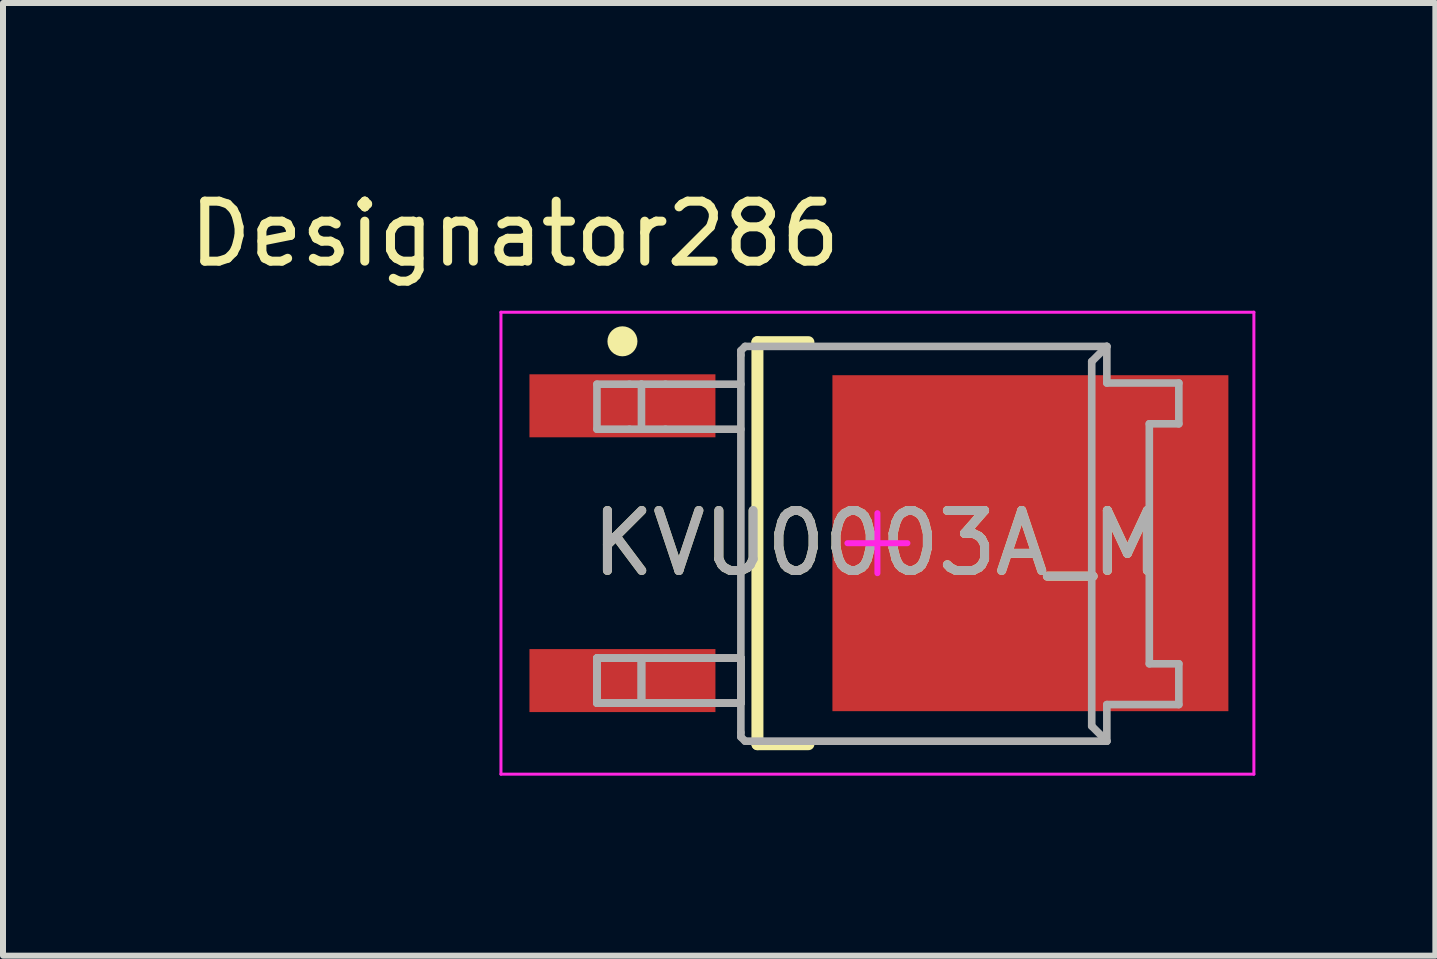
<source format=kicad_pcb>
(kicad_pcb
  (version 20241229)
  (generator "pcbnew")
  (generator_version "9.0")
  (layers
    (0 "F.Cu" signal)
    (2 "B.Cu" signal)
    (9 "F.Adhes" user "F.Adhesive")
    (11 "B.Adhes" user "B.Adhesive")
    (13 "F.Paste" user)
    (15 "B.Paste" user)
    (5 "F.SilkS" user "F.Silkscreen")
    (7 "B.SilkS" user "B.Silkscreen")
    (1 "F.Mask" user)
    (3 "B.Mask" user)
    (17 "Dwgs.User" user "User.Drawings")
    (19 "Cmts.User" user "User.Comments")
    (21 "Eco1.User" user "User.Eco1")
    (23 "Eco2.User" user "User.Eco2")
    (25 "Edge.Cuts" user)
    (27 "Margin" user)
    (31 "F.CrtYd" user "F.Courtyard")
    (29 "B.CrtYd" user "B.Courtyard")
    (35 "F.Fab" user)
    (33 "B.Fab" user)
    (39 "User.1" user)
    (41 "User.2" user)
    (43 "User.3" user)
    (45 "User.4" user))
  (footprint "KVU0003A_M"
    (layer "F.Cu")
    (at 11.575 6.004)
    (property "Reference" "KVU0003A_M" (at 0 0 0) (unlocked yes) (layer "F.SilkS") (effects (font (size 1 1) (thickness 0.15))))
    (attr smd)
    (fp_line (start -2 -3.35) (end -1.15 -3.35) (stroke (width 0.2) (type solid)) (layer "F.SilkS"))
    (fp_line (start -2 3.35) (end -2 -3.35) (stroke (width 0.2) (type solid)) (layer "F.SilkS"))
    (fp_line (start -2 3.35) (end -1.15 3.35) (stroke (width 0.2) (type solid)) (layer "F.SilkS"))
    (fp_circle (center -4.25 -3.365) (end -4.125 -3.365) (stroke (width 0.25) (type solid)) (fill no) (layer "F.SilkS"))
    (fp_poly (pts (xy -0.3 -1.479) (xy -0.3 -2.511) (xy -0.299 -2.521) (xy -0.296 -2.53) (xy -0.292 -2.538) (xy -0.286 -2.546) (xy -0.278 -2.552) (xy -0.27 -2.556) (xy -0.261 -2.559) (xy -0.251 -2.56) (xy 0.631 -2.56) (xy 0.641 -2.559) (xy 0.65 -2.556) (xy 0.658 -2.552) (xy 0.666 -2.546) (xy 0.672 -2.538) (xy 0.676 -2.53) (xy 0.679 -2.521) (xy 0.68 -2.511) (xy 0.68 -1.479) (xy 0.679 -1.469) (xy 0.676 -1.46) (xy 0.672 -1.452) (xy 0.666 -1.444) (xy 0.658 -1.438) (xy 0.65 -1.434) (xy 0.641 -1.431) (xy 0.631 -1.43) (xy -0.251 -1.43) (xy -0.261 -1.431) (xy -0.27 -1.434) (xy -0.278 -1.438) (xy -0.286 -1.444) (xy -0.292 -1.452) (xy -0.296 -1.46) (xy -0.299 -1.469)) (stroke (width 0) (type solid)) (fill yes) (layer "F.Paste"))
    (fp_poly (pts (xy -0.3 -0.149) (xy -0.3 -1.181) (xy -0.299 -1.191) (xy -0.296 -1.2) (xy -0.292 -1.208) (xy -0.286 -1.216) (xy -0.278 -1.222) (xy -0.27 -1.226) (xy -0.261 -1.229) (xy -0.251 -1.23) (xy 0.631 -1.23) (xy 0.641 -1.229) (xy 0.65 -1.226) (xy 0.658 -1.222) (xy 0.666 -1.216) (xy 0.672 -1.208) (xy 0.676 -1.2) (xy 0.679 -1.191) (xy 0.68 -1.181) (xy 0.68 -0.149) (xy 0.679 -0.139) (xy 0.676 -0.13) (xy 0.672 -0.122) (xy 0.666 -0.114) (xy 0.658 -0.108) (xy 0.65 -0.104) (xy 0.641 -0.101) (xy 0.631 -0.1) (xy -0.251 -0.1) (xy -0.261 -0.101) (xy -0.27 -0.104) (xy -0.278 -0.108) (xy -0.286 -0.114) (xy -0.292 -0.122) (xy -0.296 -0.13) (xy -0.299 -0.139)) (stroke (width 0) (type solid)) (fill yes) (layer "F.Paste"))
    (fp_poly (pts (xy -0.3 1.181) (xy -0.3 0.149) (xy -0.299 0.139) (xy -0.296 0.13) (xy -0.292 0.122) (xy -0.286 0.114) (xy -0.278 0.108) (xy -0.27 0.104) (xy -0.261 0.101) (xy -0.251 0.1) (xy 0.631 0.1) (xy 0.641 0.101) (xy 0.65 0.104) (xy 0.658 0.108) (xy 0.666 0.114) (xy 0.672 0.122) (xy 0.676 0.13) (xy 0.679 0.139) (xy 0.68 0.149) (xy 0.68 1.181) (xy 0.679 1.191) (xy 0.676 1.2) (xy 0.672 1.208) (xy 0.666 1.216) (xy 0.658 1.222) (xy 0.65 1.226) (xy 0.641 1.229) (xy 0.631 1.23) (xy -0.251 1.23) (xy -0.261 1.229) (xy -0.27 1.226) (xy -0.278 1.222) (xy -0.286 1.216) (xy -0.292 1.208) (xy -0.296 1.2) (xy -0.299 1.191)) (stroke (width 0) (type solid)) (fill yes) (layer "F.Paste"))
    (fp_poly (pts (xy -0.3 2.511) (xy -0.3 1.479) (xy -0.299 1.469) (xy -0.296 1.46) (xy -0.292 1.452) (xy -0.286 1.444) (xy -0.278 1.438) (xy -0.27 1.434) (xy -0.261 1.431) (xy -0.251 1.43) (xy 0.631 1.43) (xy 0.641 1.431) (xy 0.65 1.434) (xy 0.658 1.438) (xy 0.666 1.444) (xy 0.672 1.452) (xy 0.676 1.46) (xy 0.679 1.469) (xy 0.68 1.479) (xy 0.68 2.511) (xy 0.679 2.521) (xy 0.676 2.53) (xy 0.672 2.538) (xy 0.666 2.546) (xy 0.658 2.552) (xy 0.65 2.556) (xy 0.641 2.559) (xy 0.631 2.56) (xy -0.251 2.56) (xy -0.261 2.559) (xy -0.27 2.556) (xy -0.278 2.552) (xy -0.286 2.546) (xy -0.292 2.538) (xy -0.296 2.53) (xy -0.299 2.521)) (stroke (width 0) (type solid)) (fill yes) (layer "F.Paste"))
    (fp_poly (pts (xy 0.88 -1.479) (xy 0.88 -2.511) (xy 0.881 -2.521) (xy 0.884 -2.53) (xy 0.888 -2.538) (xy 0.894 -2.546) (xy 0.902 -2.552) (xy 0.91 -2.556) (xy 0.919 -2.559) (xy 0.929 -2.56) (xy 1.811 -2.56) (xy 1.821 -2.559) (xy 1.83 -2.556) (xy 1.838 -2.552) (xy 1.846 -2.546) (xy 1.852 -2.538) (xy 1.856 -2.53) (xy 1.859 -2.521) (xy 1.86 -2.511) (xy 1.86 -1.479) (xy 1.859 -1.469) (xy 1.856 -1.46) (xy 1.852 -1.452) (xy 1.846 -1.444) (xy 1.838 -1.438) (xy 1.83 -1.434) (xy 1.821 -1.431) (xy 1.811 -1.43) (xy 0.929 -1.43) (xy 0.919 -1.431) (xy 0.91 -1.434) (xy 0.902 -1.438) (xy 0.894 -1.444) (xy 0.888 -1.452) (xy 0.884 -1.46) (xy 0.881 -1.469)) (stroke (width 0) (type solid)) (fill yes) (layer "F.Paste"))
    (fp_poly (pts (xy 0.88 -0.149) (xy 0.88 -1.181) (xy 0.881 -1.191) (xy 0.884 -1.2) (xy 0.888 -1.208) (xy 0.894 -1.216) (xy 0.902 -1.222) (xy 0.91 -1.226) (xy 0.919 -1.229) (xy 0.929 -1.23) (xy 1.811 -1.23) (xy 1.821 -1.229) (xy 1.83 -1.226) (xy 1.838 -1.222) (xy 1.846 -1.216) (xy 1.852 -1.208) (xy 1.856 -1.2) (xy 1.859 -1.191) (xy 1.86 -1.181) (xy 1.86 -0.149) (xy 1.859 -0.139) (xy 1.856 -0.13) (xy 1.852 -0.122) (xy 1.846 -0.114) (xy 1.838 -0.108) (xy 1.83 -0.104) (xy 1.821 -0.101) (xy 1.811 -0.1) (xy 0.929 -0.1) (xy 0.919 -0.101) (xy 0.91 -0.104) (xy 0.902 -0.108) (xy 0.894 -0.114) (xy 0.888 -0.122) (xy 0.884 -0.13) (xy 0.881 -0.139)) (stroke (width 0) (type solid)) (fill yes) (layer "F.Paste"))
    (fp_poly (pts (xy 0.88 1.181) (xy 0.88 0.149) (xy 0.881 0.139) (xy 0.884 0.13) (xy 0.888 0.122) (xy 0.894 0.114) (xy 0.902 0.108) (xy 0.91 0.104) (xy 0.919 0.101) (xy 0.929 0.1) (xy 1.811 0.1) (xy 1.821 0.101) (xy 1.83 0.104) (xy 1.838 0.108) (xy 1.846 0.114) (xy 1.852 0.122) (xy 1.856 0.13) (xy 1.859 0.139) (xy 1.86 0.149) (xy 1.86 1.181) (xy 1.859 1.191) (xy 1.856 1.2) (xy 1.852 1.208) (xy 1.846 1.216) (xy 1.838 1.222) (xy 1.83 1.226) (xy 1.821 1.229) (xy 1.811 1.23) (xy 0.929 1.23) (xy 0.919 1.229) (xy 0.91 1.226) (xy 0.902 1.222) (xy 0.894 1.216) (xy 0.888 1.208) (xy 0.884 1.2) (xy 0.881 1.191)) (stroke (width 0) (type solid)) (fill yes) (layer "F.Paste"))
    (fp_poly (pts (xy 0.88 2.511) (xy 0.88 1.479) (xy 0.881 1.469) (xy 0.884 1.46) (xy 0.888 1.452) (xy 0.894 1.444) (xy 0.902 1.438) (xy 0.91 1.434) (xy 0.919 1.431) (xy 0.929 1.43) (xy 1.811 1.43) (xy 1.821 1.431) (xy 1.83 1.434) (xy 1.838 1.438) (xy 1.846 1.444) (xy 1.852 1.452) (xy 1.856 1.46) (xy 1.859 1.469) (xy 1.86 1.479) (xy 1.86 2.511) (xy 1.859 2.521) (xy 1.856 2.53) (xy 1.852 2.538) (xy 1.846 2.546) (xy 1.838 2.552) (xy 1.83 2.556) (xy 1.821 2.559) (xy 1.811 2.56) (xy 0.929 2.56) (xy 0.919 2.559) (xy 0.91 2.556) (xy 0.902 2.552) (xy 0.894 2.546) (xy 0.888 2.538) (xy 0.884 2.53) (xy 0.881 2.521)) (stroke (width 0) (type solid)) (fill yes) (layer "F.Paste"))
    (fp_poly (pts (xy 2.06 -1.479) (xy 2.06 -2.511) (xy 2.061 -2.521) (xy 2.064 -2.53) (xy 2.068 -2.538) (xy 2.074 -2.546) (xy 2.082 -2.552) (xy 2.09 -2.556) (xy 2.099 -2.559) (xy 2.109 -2.56) (xy 2.991 -2.56) (xy 3.001 -2.559) (xy 3.01 -2.556) (xy 3.018 -2.552) (xy 3.026 -2.546) (xy 3.032 -2.538) (xy 3.036 -2.53) (xy 3.039 -2.521) (xy 3.04 -2.511) (xy 3.04 -1.479) (xy 3.039 -1.469) (xy 3.036 -1.46) (xy 3.032 -1.452) (xy 3.026 -1.444) (xy 3.018 -1.438) (xy 3.01 -1.434) (xy 3.001 -1.431) (xy 2.991 -1.43) (xy 2.109 -1.43) (xy 2.099 -1.431) (xy 2.09 -1.434) (xy 2.082 -1.438) (xy 2.074 -1.444) (xy 2.068 -1.452) (xy 2.064 -1.46) (xy 2.061 -1.469)) (stroke (width 0) (type solid)) (fill yes) (layer "F.Paste"))
    (fp_poly (pts (xy 2.06 -0.149) (xy 2.06 -1.181) (xy 2.061 -1.191) (xy 2.064 -1.2) (xy 2.068 -1.208) (xy 2.074 -1.216) (xy 2.082 -1.222) (xy 2.09 -1.226) (xy 2.099 -1.229) (xy 2.109 -1.23) (xy 2.991 -1.23) (xy 3.001 -1.229) (xy 3.01 -1.226) (xy 3.018 -1.222) (xy 3.026 -1.216) (xy 3.032 -1.208) (xy 3.036 -1.2) (xy 3.039 -1.191) (xy 3.04 -1.181) (xy 3.04 -0.149) (xy 3.039 -0.139) (xy 3.036 -0.13) (xy 3.032 -0.122) (xy 3.026 -0.114) (xy 3.018 -0.108) (xy 3.01 -0.104) (xy 3.001 -0.101) (xy 2.991 -0.1) (xy 2.109 -0.1) (xy 2.099 -0.101) (xy 2.09 -0.104) (xy 2.082 -0.108) (xy 2.074 -0.114) (xy 2.068 -0.122) (xy 2.064 -0.13) (xy 2.061 -0.139)) (stroke (width 0) (type solid)) (fill yes) (layer "F.Paste"))
    (fp_poly (pts (xy 2.06 1.181) (xy 2.06 0.149) (xy 2.061 0.139) (xy 2.064 0.13) (xy 2.068 0.122) (xy 2.074 0.114) (xy 2.082 0.108) (xy 2.09 0.104) (xy 2.099 0.101) (xy 2.109 0.1) (xy 2.991 0.1) (xy 3.001 0.101) (xy 3.01 0.104) (xy 3.018 0.108) (xy 3.026 0.114) (xy 3.032 0.122) (xy 3.036 0.13) (xy 3.039 0.139) (xy 3.04 0.149) (xy 3.04 1.181) (xy 3.039 1.191) (xy 3.036 1.2) (xy 3.032 1.208) (xy 3.026 1.216) (xy 3.018 1.222) (xy 3.01 1.226) (xy 3.001 1.229) (xy 2.991 1.23) (xy 2.109 1.23) (xy 2.099 1.229) (xy 2.09 1.226) (xy 2.082 1.222) (xy 2.074 1.216) (xy 2.068 1.208) (xy 2.064 1.2) (xy 2.061 1.191)) (stroke (width 0) (type solid)) (fill yes) (layer "F.Paste"))
    (fp_poly (pts (xy 2.06 2.511) (xy 2.06 1.479) (xy 2.061 1.469) (xy 2.064 1.46) (xy 2.068 1.452) (xy 2.074 1.444) (xy 2.082 1.438) (xy 2.09 1.434) (xy 2.099 1.431) (xy 2.109 1.43) (xy 2.991 1.43) (xy 3.001 1.431) (xy 3.01 1.434) (xy 3.018 1.438) (xy 3.026 1.444) (xy 3.032 1.452) (xy 3.036 1.46) (xy 3.039 1.469) (xy 3.04 1.479) (xy 3.04 2.511) (xy 3.039 2.521) (xy 3.036 2.53) (xy 3.032 2.538) (xy 3.026 2.546) (xy 3.018 2.552) (xy 3.01 2.556) (xy 3.001 2.559) (xy 2.991 2.56) (xy 2.109 2.56) (xy 2.099 2.559) (xy 2.09 2.556) (xy 2.082 2.552) (xy 2.074 2.546) (xy 2.068 2.538) (xy 2.064 2.53) (xy 2.061 2.521)) (stroke (width 0) (type solid)) (fill yes) (layer "F.Paste"))
    (fp_poly (pts (xy 3.24 -1.479) (xy 3.24 -2.511) (xy 3.241 -2.521) (xy 3.244 -2.53) (xy 3.248 -2.538) (xy 3.254 -2.546) (xy 3.262 -2.552) (xy 3.27 -2.556) (xy 3.279 -2.559) (xy 3.289 -2.56) (xy 4.171 -2.56) (xy 4.181 -2.559) (xy 4.19 -2.556) (xy 4.198 -2.552) (xy 4.206 -2.546) (xy 4.212 -2.538) (xy 4.216 -2.53) (xy 4.219 -2.521) (xy 4.22 -2.511) (xy 4.22 -1.479) (xy 4.219 -1.469) (xy 4.216 -1.46) (xy 4.212 -1.452) (xy 4.206 -1.444) (xy 4.198 -1.438) (xy 4.19 -1.434) (xy 4.181 -1.431) (xy 4.171 -1.43) (xy 3.289 -1.43) (xy 3.279 -1.431) (xy 3.27 -1.434) (xy 3.262 -1.438) (xy 3.254 -1.444) (xy 3.248 -1.452) (xy 3.244 -1.46) (xy 3.241 -1.469)) (stroke (width 0) (type solid)) (fill yes) (layer "F.Paste"))
    (fp_poly (pts (xy 3.24 -0.149) (xy 3.24 -1.181) (xy 3.241 -1.191) (xy 3.244 -1.2) (xy 3.248 -1.208) (xy 3.254 -1.216) (xy 3.262 -1.222) (xy 3.27 -1.226) (xy 3.279 -1.229) (xy 3.289 -1.23) (xy 4.171 -1.23) (xy 4.181 -1.229) (xy 4.19 -1.226) (xy 4.198 -1.222) (xy 4.206 -1.216) (xy 4.212 -1.208) (xy 4.216 -1.2) (xy 4.219 -1.191) (xy 4.22 -1.181) (xy 4.22 -0.149) (xy 4.219 -0.139) (xy 4.216 -0.13) (xy 4.212 -0.122) (xy 4.206 -0.114) (xy 4.198 -0.108) (xy 4.19 -0.104) (xy 4.181 -0.101) (xy 4.171 -0.1) (xy 3.289 -0.1) (xy 3.279 -0.101) (xy 3.27 -0.104) (xy 3.262 -0.108) (xy 3.254 -0.114) (xy 3.248 -0.122) (xy 3.244 -0.13) (xy 3.241 -0.139)) (stroke (width 0) (type solid)) (fill yes) (layer "F.Paste"))
    (fp_poly (pts (xy 3.24 1.181) (xy 3.24 0.149) (xy 3.241 0.139) (xy 3.244 0.13) (xy 3.248 0.122) (xy 3.254 0.114) (xy 3.262 0.108) (xy 3.27 0.104) (xy 3.279 0.101) (xy 3.289 0.1) (xy 4.171 0.1) (xy 4.181 0.101) (xy 4.19 0.104) (xy 4.198 0.108) (xy 4.206 0.114) (xy 4.212 0.122) (xy 4.216 0.13) (xy 4.219 0.139) (xy 4.22 0.149) (xy 4.22 1.181) (xy 4.219 1.191) (xy 4.216 1.2) (xy 4.212 1.208) (xy 4.206 1.216) (xy 4.198 1.222) (xy 4.19 1.226) (xy 4.181 1.229) (xy 4.171 1.23) (xy 3.289 1.23) (xy 3.279 1.229) (xy 3.27 1.226) (xy 3.262 1.222) (xy 3.254 1.216) (xy 3.248 1.208) (xy 3.244 1.2) (xy 3.241 1.191)) (stroke (width 0) (type solid)) (fill yes) (layer "F.Paste"))
    (fp_poly (pts (xy 3.24 2.511) (xy 3.24 1.479) (xy 3.241 1.469) (xy 3.244 1.46) (xy 3.248 1.452) (xy 3.254 1.444) (xy 3.262 1.438) (xy 3.27 1.434) (xy 3.279 1.431) (xy 3.289 1.43) (xy 4.171 1.43) (xy 4.181 1.431) (xy 4.19 1.434) (xy 4.198 1.438) (xy 4.206 1.444) (xy 4.212 1.452) (xy 4.216 1.46) (xy 4.219 1.469) (xy 4.22 1.479) (xy 4.22 2.511) (xy 4.219 2.521) (xy 4.216 2.53) (xy 4.212 2.538) (xy 4.206 2.546) (xy 4.198 2.552) (xy 4.19 2.556) (xy 4.181 2.559) (xy 4.171 2.56) (xy 3.289 2.56) (xy 3.279 2.559) (xy 3.27 2.556) (xy 3.262 2.552) (xy 3.254 2.546) (xy 3.248 2.538) (xy 3.244 2.53) (xy 3.241 2.521)) (stroke (width 0) (type solid)) (fill yes) (layer "F.Paste"))
    (fp_poly (pts (xy 4.42 -1.479) (xy 4.42 -2.511) (xy 4.421 -2.521) (xy 4.424 -2.53) (xy 4.428 -2.538) (xy 4.434 -2.546) (xy 4.442 -2.552) (xy 4.45 -2.556) (xy 4.459 -2.559) (xy 4.469 -2.56) (xy 5.351 -2.56) (xy 5.361 -2.559) (xy 5.37 -2.556) (xy 5.378 -2.552) (xy 5.386 -2.546) (xy 5.392 -2.538) (xy 5.396 -2.53) (xy 5.399 -2.521) (xy 5.4 -2.511) (xy 5.4 -1.479) (xy 5.399 -1.469) (xy 5.396 -1.46) (xy 5.392 -1.452) (xy 5.386 -1.444) (xy 5.378 -1.438) (xy 5.37 -1.434) (xy 5.361 -1.431) (xy 5.351 -1.43) (xy 4.469 -1.43) (xy 4.459 -1.431) (xy 4.45 -1.434) (xy 4.442 -1.438) (xy 4.434 -1.444) (xy 4.428 -1.452) (xy 4.424 -1.46) (xy 4.421 -1.469)) (stroke (width 0) (type solid)) (fill yes) (layer "F.Paste"))
    (fp_poly (pts (xy 4.42 -0.149) (xy 4.42 -1.181) (xy 4.421 -1.191) (xy 4.424 -1.2) (xy 4.428 -1.208) (xy 4.434 -1.216) (xy 4.442 -1.222) (xy 4.45 -1.226) (xy 4.459 -1.229) (xy 4.469 -1.23) (xy 5.351 -1.23) (xy 5.361 -1.229) (xy 5.37 -1.226) (xy 5.378 -1.222) (xy 5.386 -1.216) (xy 5.392 -1.208) (xy 5.396 -1.2) (xy 5.399 -1.191) (xy 5.4 -1.181) (xy 5.4 -0.149) (xy 5.399 -0.139) (xy 5.396 -0.13) (xy 5.392 -0.122) (xy 5.386 -0.114) (xy 5.378 -0.108) (xy 5.37 -0.104) (xy 5.361 -0.101) (xy 5.351 -0.1) (xy 4.469 -0.1) (xy 4.459 -0.101) (xy 4.45 -0.104) (xy 4.442 -0.108) (xy 4.434 -0.114) (xy 4.428 -0.122) (xy 4.424 -0.13) (xy 4.421 -0.139)) (stroke (width 0) (type solid)) (fill yes) (layer "F.Paste"))
    (fp_poly (pts (xy 4.42 1.181) (xy 4.42 0.149) (xy 4.421 0.139) (xy 4.424 0.13) (xy 4.428 0.122) (xy 4.434 0.114) (xy 4.442 0.108) (xy 4.45 0.104) (xy 4.459 0.101) (xy 4.469 0.1) (xy 5.351 0.1) (xy 5.361 0.101) (xy 5.37 0.104) (xy 5.378 0.108) (xy 5.386 0.114) (xy 5.392 0.122) (xy 5.396 0.13) (xy 5.399 0.139) (xy 5.4 0.149) (xy 5.4 1.181) (xy 5.399 1.191) (xy 5.396 1.2) (xy 5.392 1.208) (xy 5.386 1.216) (xy 5.378 1.222) (xy 5.37 1.226) (xy 5.361 1.229) (xy 5.351 1.23) (xy 4.469 1.23) (xy 4.459 1.229) (xy 4.45 1.226) (xy 4.442 1.222) (xy 4.434 1.216) (xy 4.428 1.208) (xy 4.424 1.2) (xy 4.421 1.191)) (stroke (width 0) (type solid)) (fill yes) (layer "F.Paste"))
    (fp_poly (pts (xy 4.42 2.511) (xy 4.42 1.479) (xy 4.421 1.469) (xy 4.424 1.46) (xy 4.428 1.452) (xy 4.434 1.444) (xy 4.442 1.438) (xy 4.45 1.434) (xy 4.459 1.431) (xy 4.469 1.43) (xy 5.351 1.43) (xy 5.361 1.431) (xy 5.37 1.434) (xy 5.378 1.438) (xy 5.386 1.444) (xy 5.392 1.452) (xy 5.396 1.46) (xy 5.399 1.469) (xy 5.4 1.479) (xy 5.4 2.511) (xy 5.399 2.521) (xy 5.396 2.53) (xy 5.392 2.538) (xy 5.386 2.546) (xy 5.378 2.552) (xy 5.37 2.556) (xy 5.361 2.559) (xy 5.351 2.56) (xy 4.469 2.56) (xy 4.459 2.559) (xy 4.45 2.556) (xy 4.442 2.552) (xy 4.434 2.546) (xy 4.428 2.538) (xy 4.424 2.53) (xy 4.421 2.521)) (stroke (width 0) (type solid)) (fill yes) (layer "F.Paste"))
    (fp_line (start -6.275 -3.85) (end 6.275 -3.85) (stroke (width 0.05) (type solid)) (layer "F.CrtYd"))
    (fp_line (start -6.275 3.85) (end -6.275 -3.85) (stroke (width 0.05) (type solid)) (layer "F.CrtYd"))
    (fp_line (start -6.275 3.85) (end 6.275 3.85) (stroke (width 0.05) (type solid)) (layer "F.CrtYd"))
    (fp_line (start -0.5 -0.000003) (end 0.5 -0.000003) (stroke (width 0.1) (type solid)) (layer "F.CrtYd"))
    (fp_line (start 0 0.5) (end 0 -0.5) (stroke (width 0.1) (type solid)) (layer "F.CrtYd"))
    (fp_line (start 6.275 3.85) (end 6.275 -3.85) (stroke (width 0.05) (type solid)) (layer "F.CrtYd"))
    (fp_line (start -4.675 -2.65) (end -4.133 -2.65) (stroke (width 0.127) (type solid)) (layer "F.Fab"))
    (fp_line (start -4.675 -1.9) (end -4.675 -2.65) (stroke (width 0.127) (type solid)) (layer "F.Fab"))
    (fp_line (start -4.675 -1.9) (end -4.133 -1.9) (stroke (width 0.127) (type solid)) (layer "F.Fab"))
    (fp_line (start -4.675 1.915) (end -4.133 1.915) (stroke (width 0.127) (type solid)) (layer "F.Fab"))
    (fp_line (start -4.675 1.915) (end -4.133 1.915) (stroke (width 0.127) (type solid)) (layer "F.Fab"))
    (fp_line (start -4.675 1.915) (end -4.133 1.915) (stroke (width 0.127) (type solid)) (layer "F.Fab"))
    (fp_line (start -4.675 2.665) (end -4.675 1.915) (stroke (width 0.127) (type solid)) (layer "F.Fab"))
    (fp_line (start -4.675 2.665) (end -4.675 1.915) (stroke (width 0.127) (type solid)) (layer "F.Fab"))
    (fp_line (start -4.675 2.665) (end -4.675 1.915) (stroke (width 0.127) (type solid)) (layer "F.Fab"))
    (fp_line (start -4.675 2.665) (end -4.133 2.665) (stroke (width 0.127) (type solid)) (layer "F.Fab"))
    (fp_line (start -4.675 2.665) (end -4.133 2.665) (stroke (width 0.127) (type solid)) (layer "F.Fab"))
    (fp_line (start -4.675 2.665) (end -4.133 2.665) (stroke (width 0.127) (type solid)) (layer "F.Fab"))
    (fp_line (start -4.133 -2.65) (end -3.933 -2.65) (stroke (width 0.127) (type solid)) (layer "F.Fab"))
    (fp_line (start -4.133 -1.9) (end -3.933 -1.9) (stroke (width 0.127) (type solid)) (layer "F.Fab"))
    (fp_line (start -4.133 1.915) (end -3.933 1.915) (stroke (width 0.127) (type solid)) (layer "F.Fab"))
    (fp_line (start -4.133 1.915) (end -3.933 1.915) (stroke (width 0.127) (type solid)) (layer "F.Fab"))
    (fp_line (start -4.133 1.915) (end -3.933 1.915) (stroke (width 0.127) (type solid)) (layer "F.Fab"))
    (fp_line (start -4.133 2.665) (end -3.933 2.665) (stroke (width 0.127) (type solid)) (layer "F.Fab"))
    (fp_line (start -4.133 2.665) (end -3.933 2.665) (stroke (width 0.127) (type solid)) (layer "F.Fab"))
    (fp_line (start -4.133 2.665) (end -3.933 2.665) (stroke (width 0.127) (type solid)) (layer "F.Fab"))
    (fp_line (start -3.933 -2.65) (end -3.533 -2.65) (stroke (width 0.127) (type solid)) (layer "F.Fab"))
    (fp_line (start -3.933 -1.9) (end -3.933 -2.65) (stroke (width 0.127) (type solid)) (layer "F.Fab"))
    (fp_line (start -3.933 -1.9) (end -3.533 -1.9) (stroke (width 0.127) (type solid)) (layer "F.Fab"))
    (fp_line (start -3.933 1.915) (end -3.533 1.915) (stroke (width 0.127) (type solid)) (layer "F.Fab"))
    (fp_line (start -3.933 1.915) (end -3.533 1.915) (stroke (width 0.127) (type solid)) (layer "F.Fab"))
    (fp_line (start -3.933 1.915) (end -3.533 1.915) (stroke (width 0.127) (type solid)) (layer "F.Fab"))
    (fp_line (start -3.933 2.665) (end -3.933 1.915) (stroke (width 0.127) (type solid)) (layer "F.Fab"))
    (fp_line (start -3.933 2.665) (end -3.933 1.915) (stroke (width 0.127) (type solid)) (layer "F.Fab"))
    (fp_line (start -3.933 2.665) (end -3.933 1.915) (stroke (width 0.127) (type solid)) (layer "F.Fab"))
    (fp_line (start -3.933 2.665) (end -3.533 2.665) (stroke (width 0.127) (type solid)) (layer "F.Fab"))
    (fp_line (start -3.933 2.665) (end -3.533 2.665) (stroke (width 0.127) (type solid)) (layer "F.Fab"))
    (fp_line (start -3.933 2.665) (end -3.533 2.665) (stroke (width 0.127) (type solid)) (layer "F.Fab"))
    (fp_line (start -3.533 -2.65) (end -2.276 -2.65) (stroke (width 0.127) (type solid)) (layer "F.Fab"))
    (fp_line (start -3.533 -1.9) (end -2.276 -1.9) (stroke (width 0.127) (type solid)) (layer "F.Fab"))
    (fp_line (start -3.533 1.915) (end -2.276 1.915) (stroke (width 0.127) (type solid)) (layer "F.Fab"))
    (fp_line (start -3.533 1.915) (end -2.276 1.915) (stroke (width 0.127) (type solid)) (layer "F.Fab"))
    (fp_line (start -3.533 1.915) (end -2.276 1.915) (stroke (width 0.127) (type solid)) (layer "F.Fab"))
    (fp_line (start -3.533 2.665) (end -2.276 2.665) (stroke (width 0.127) (type solid)) (layer "F.Fab"))
    (fp_line (start -3.533 2.665) (end -2.276 2.665) (stroke (width 0.127) (type solid)) (layer "F.Fab"))
    (fp_line (start -3.533 2.665) (end -2.276 2.665) (stroke (width 0.127) (type solid)) (layer "F.Fab"))
    (fp_line (start -2.276 -3.209) (end -2.205 -3.28) (stroke (width 0.127) (type solid)) (layer "F.Fab"))
    (fp_line (start -2.276 -3.137) (end -2.276 -3.209) (stroke (width 0.127) (type solid)) (layer "F.Fab"))
    (fp_line (start -2.276 1.915) (end -2.276 -3.137) (stroke (width 0.127) (type solid)) (layer "F.Fab"))
    (fp_line (start -2.276 2.665) (end -2.276 1.915) (stroke (width 0.127) (type solid)) (layer "F.Fab"))
    (fp_line (start -2.276 2.665) (end -2.276 1.915) (stroke (width 0.127) (type solid)) (layer "F.Fab"))
    (fp_line (start -2.276 2.665) (end -2.276 1.915) (stroke (width 0.127) (type solid)) (layer "F.Fab"))
    (fp_line (start -2.276 3.157) (end -2.276 2.665) (stroke (width 0.127) (type solid)) (layer "F.Fab"))
    (fp_line (start -2.276 3.229) (end -2.276 3.157) (stroke (width 0.127) (type solid)) (layer "F.Fab"))
    (fp_line (start -2.276 3.229) (end -2.205 3.3) (stroke (width 0.127) (type solid)) (layer "F.Fab"))
    (fp_line (start -2.205 -3.28) (end 3.824 -3.28) (stroke (width 0.127) (type solid)) (layer "F.Fab"))
    (fp_line (start -2.205 3.3) (end 3.824 3.3) (stroke (width 0.127) (type solid)) (layer "F.Fab"))
    (fp_line (start 3.572 -3.028) (end 3.824 -3.28) (stroke (width 0.127) (type solid)) (layer "F.Fab"))
    (fp_line (start 3.572 3.048) (end 3.572 -3.028) (stroke (width 0.127) (type solid)) (layer "F.Fab"))
    (fp_line (start 3.572 3.048) (end 3.824 3.3) (stroke (width 0.127) (type solid)) (layer "F.Fab"))
    (fp_line (start 3.824 -2.67) (end 5.024 -2.67) (stroke (width 0.127) (type solid)) (layer "F.Fab"))
    (fp_line (start 3.824 2.69) (end 5.024 2.69) (stroke (width 0.127) (type solid)) (layer "F.Fab"))
    (fp_line (start 3.824 -2.67) (end 3.824 -3.28) (stroke (width 0.127) (type solid)) (layer "F.Fab"))
    (fp_line (start 3.824 3.3) (end 3.824 2.69) (stroke (width 0.127) (type solid)) (layer "F.Fab"))
    (fp_line (start 4.532 -1.99) (end 5.024 -1.99) (stroke (width 0.127) (type solid)) (layer "F.Fab"))
    (fp_line (start 4.532 2.01) (end 4.532 -1.99) (stroke (width 0.127) (type solid)) (layer "F.Fab"))
    (fp_line (start 4.532 2.01) (end 5.024 2.01) (stroke (width 0.127) (type solid)) (layer "F.Fab"))
    (fp_line (start 5.024 -1.99) (end 5.024 -2.67) (stroke (width 0.127) (type solid)) (layer "F.Fab"))
    (fp_line (start 5.024 2.69) (end 5.024 2.01) (stroke (width 0.127) (type solid)) (layer "F.Fab"))
    (fp_text user "Designator286" (at -6.045 -5.156 0) (unlocked yes) (layer "F.SilkS") (effects (font (size 1 1) (thickness 0.15))))
    (fp_text user "${REFERENCE}" (at 0 0 0) (unlocked yes) (layer "F.Fab") (effects (font (size 1 1) (thickness 0.15))))
    (pad "1" smd rect (at -4.25 -2.29 90) (size 1.05 3.1) (layers "F.Cu" "F.Mask" "F.Paste"))
    (pad "3" smd rect (at -4.25 2.29 90) (size 1.05 3.1) (layers "F.Cu" "F.Mask" "F.Paste"))
    (pad "4" smd rect (at 2.55 -0.000003 90) (size 5.6 6.6) (layers "F.Cu" "F.Mask")))
  (gr_rect
    (start -3 -3)
    (end 20.875 12.879)
    (stroke (width 0.1) (type default))
    (fill no)
    (layer "Edge.Cuts")))
</source>
